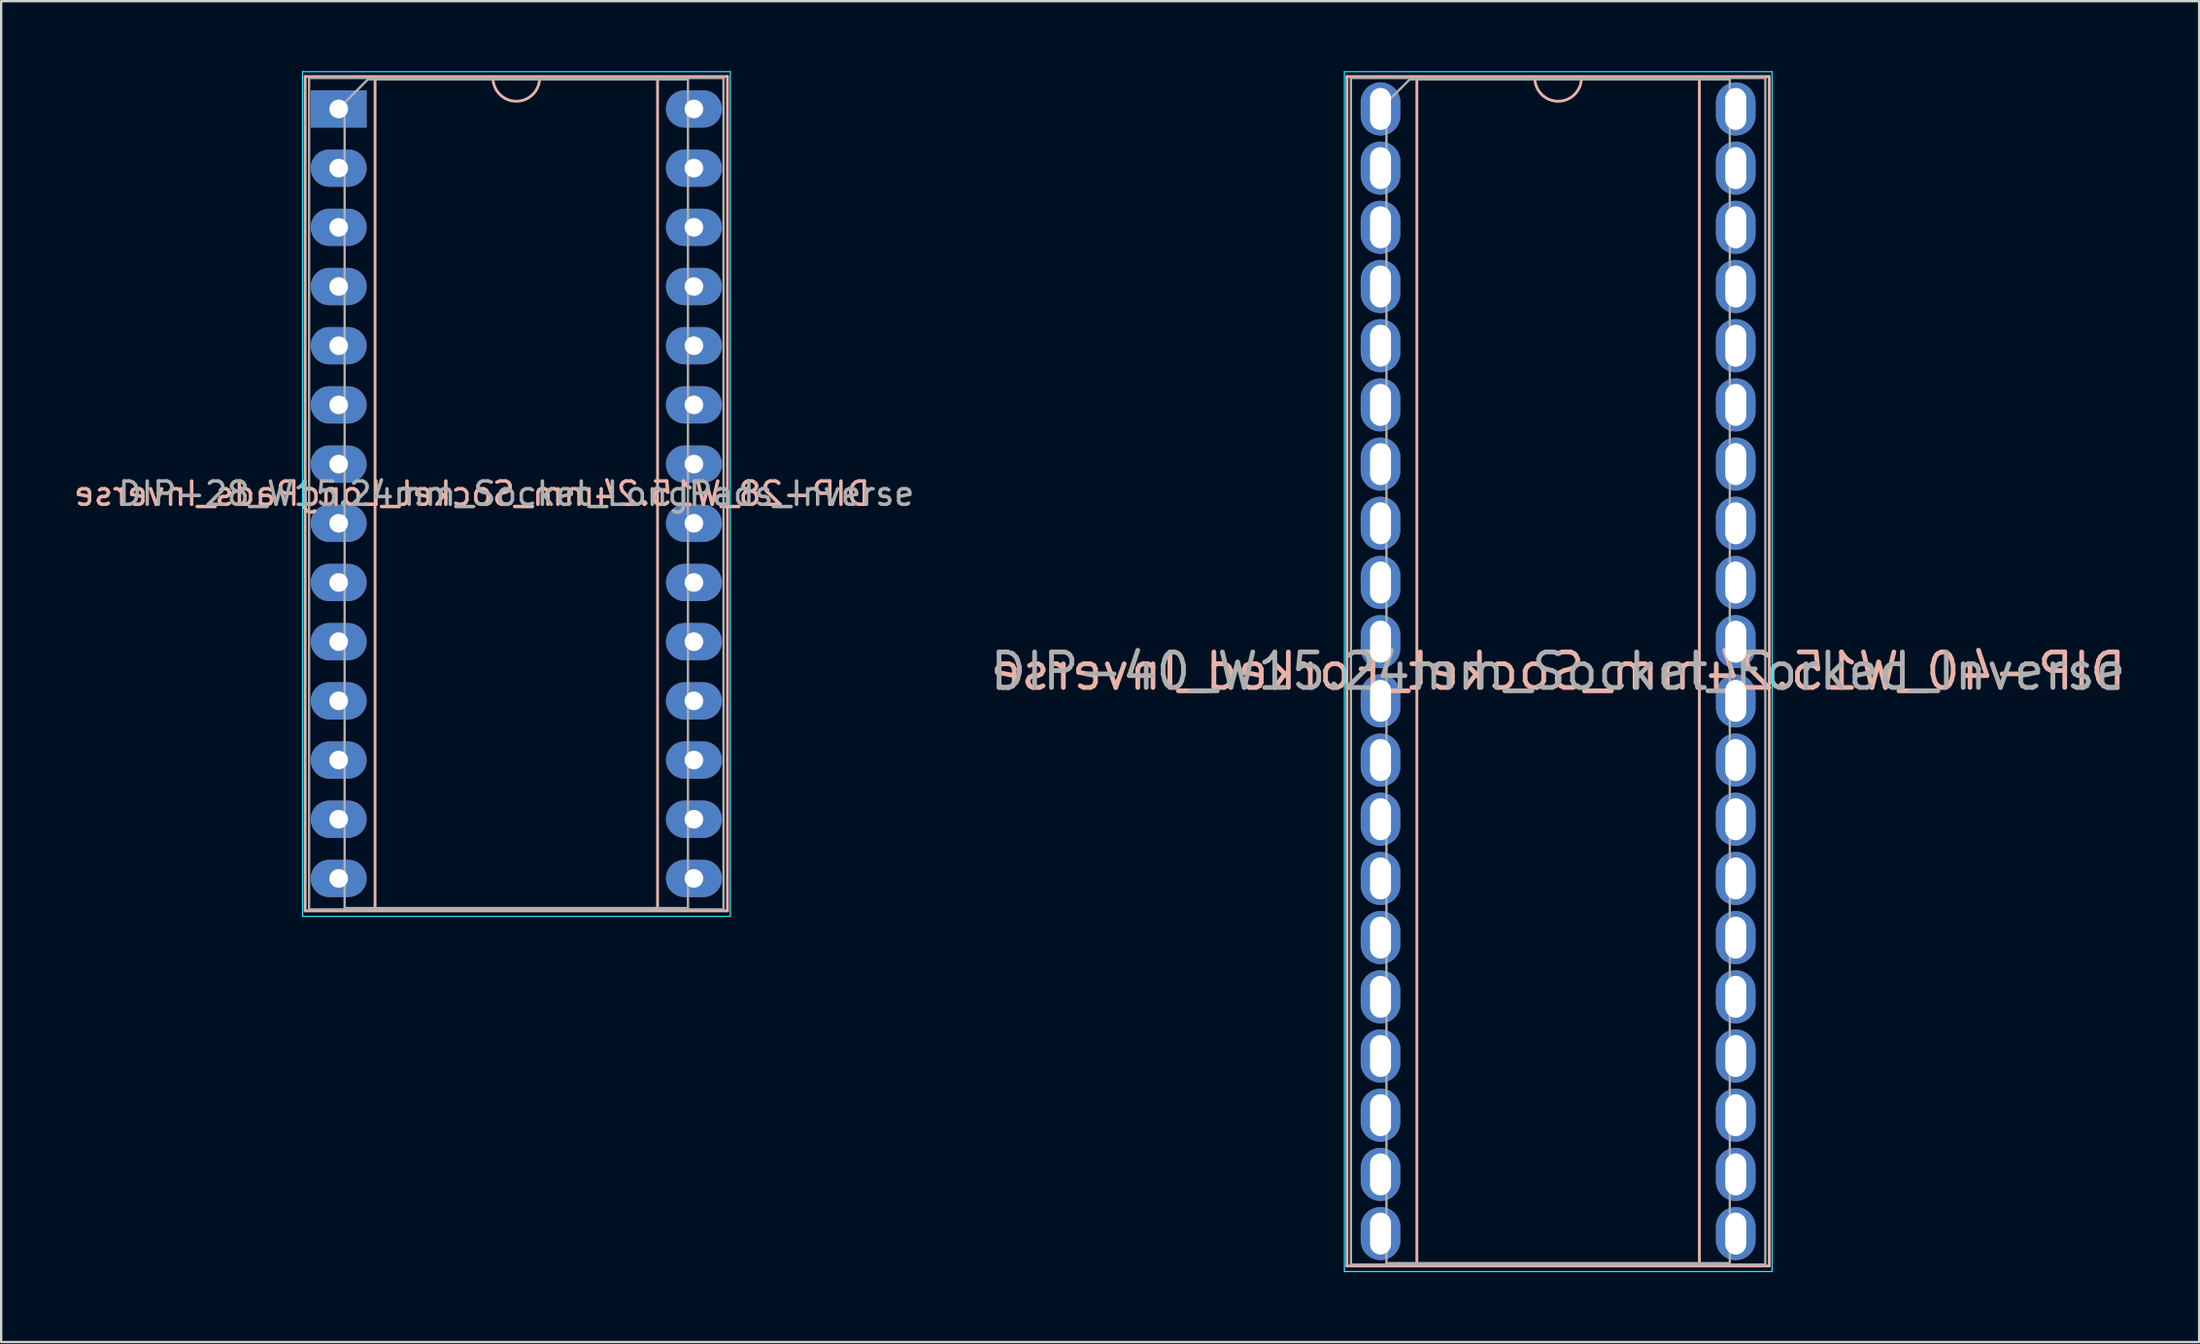
<source format=kicad_pcb>
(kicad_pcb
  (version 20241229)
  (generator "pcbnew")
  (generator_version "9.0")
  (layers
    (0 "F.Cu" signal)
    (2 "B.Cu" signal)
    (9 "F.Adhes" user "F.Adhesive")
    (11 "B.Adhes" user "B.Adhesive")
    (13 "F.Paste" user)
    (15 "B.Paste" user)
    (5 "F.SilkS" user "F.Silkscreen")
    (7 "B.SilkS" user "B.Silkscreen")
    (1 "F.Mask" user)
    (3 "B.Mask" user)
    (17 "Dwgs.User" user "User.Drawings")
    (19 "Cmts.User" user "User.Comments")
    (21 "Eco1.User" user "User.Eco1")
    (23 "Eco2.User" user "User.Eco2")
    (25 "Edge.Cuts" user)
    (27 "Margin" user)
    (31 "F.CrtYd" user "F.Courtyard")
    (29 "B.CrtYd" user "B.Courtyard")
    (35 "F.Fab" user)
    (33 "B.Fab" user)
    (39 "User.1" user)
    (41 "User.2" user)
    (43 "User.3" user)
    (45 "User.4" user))
  (footprint "DIP-28_W15.24mm_Socket_LongPads_Inverse"
    (layer "F.Cu")
    (at 11.481 1.625)
    (property "Reference" "DIP-28_W15.24mm_Socket_LongPads_Inverse" (at 5.715 16.51 0) (layer "B.SilkS") (effects (font (size 1 1) (thickness 0.15)) (justify mirror)))
    (attr through_hole)
    (fp_line (start -1.44 -1.39) (end -1.44 34.41) (stroke (width 0.12) (type solid)) (layer "B.SilkS"))
    (fp_line (start -1.44 34.41) (end 16.68 34.41) (stroke (width 0.12) (type solid)) (layer "B.SilkS"))
    (fp_line (start 1.56 -1.33) (end 1.56 34.35) (stroke (width 0.12) (type solid)) (layer "B.SilkS"))
    (fp_line (start 1.56 34.35) (end 13.68 34.35) (stroke (width 0.12) (type solid)) (layer "B.SilkS"))
    (fp_line (start 6.62 -1.33) (end 1.56 -1.33) (stroke (width 0.12) (type solid)) (layer "B.SilkS"))
    (fp_line (start 13.68 -1.33) (end 8.62 -1.33) (stroke (width 0.12) (type solid)) (layer "B.SilkS"))
    (fp_line (start 13.68 34.35) (end 13.68 -1.33) (stroke (width 0.12) (type solid)) (layer "B.SilkS"))
    (fp_line (start 16.68 -1.39) (end -1.44 -1.39) (stroke (width 0.12) (type solid)) (layer "B.SilkS"))
    (fp_line (start 16.68 34.41) (end 16.68 -1.39) (stroke (width 0.12) (type solid)) (layer "B.SilkS"))
    (fp_arc (start 8.62 -1.33) (mid 7.62 -0.33) (end 6.62 -1.33) (stroke (width 0.12) (type solid)) (layer "B.SilkS"))
    (fp_line (start -1.55 -1.6) (end -1.55 34.65) (stroke (width 0.05) (type solid)) (layer "B.CrtYd"))
    (fp_line (start -1.55 34.65) (end 16.8 34.65) (stroke (width 0.05) (type solid)) (layer "B.CrtYd"))
    (fp_line (start 16.8 -1.6) (end -1.55 -1.6) (stroke (width 0.05) (type solid)) (layer "B.CrtYd"))
    (fp_line (start 16.8 34.65) (end 16.8 -1.6) (stroke (width 0.05) (type solid)) (layer "B.CrtYd"))
    (fp_line (start -1.27 -1.33) (end -1.27 34.35) (stroke (width 0.1) (type solid)) (layer "F.Fab"))
    (fp_line (start -1.27 34.35) (end 16.51 34.35) (stroke (width 0.1) (type solid)) (layer "F.Fab"))
    (fp_line (start 0.255 -0.27) (end 1.255 -1.27) (stroke (width 0.1) (type solid)) (layer "F.Fab"))
    (fp_line (start 0.255 34.29) (end 0.255 -0.27) (stroke (width 0.1) (type solid)) (layer "F.Fab"))
    (fp_line (start 1.255 -1.27) (end 14.985 -1.27) (stroke (width 0.1) (type solid)) (layer "F.Fab"))
    (fp_line (start 14.985 -1.27) (end 14.985 34.29) (stroke (width 0.1) (type solid)) (layer "F.Fab"))
    (fp_line (start 14.985 34.29) (end 0.255 34.29) (stroke (width 0.1) (type solid)) (layer "F.Fab"))
    (fp_line (start 16.51 -1.33) (end -1.27 -1.33) (stroke (width 0.1) (type solid)) (layer "F.Fab"))
    (fp_line (start 16.51 34.35) (end 16.51 -1.33) (stroke (width 0.1) (type solid)) (layer "F.Fab"))
    (fp_text user "${REFERENCE}" (at 7.62 16.51 0) (layer "F.Fab") (effects (font (size 1 1) (thickness 0.15))))
    (pad "1" thru_hole rect (at 0 0) (size 2.4 1.6) (drill 0.8) (layers "*.Cu" "*.Mask"))
    (pad "2" thru_hole oval (at 0 2.54) (size 2.4 1.6) (drill 0.8) (layers "*.Cu" "*.Mask"))
    (pad "3" thru_hole oval (at 0 5.08) (size 2.4 1.6) (drill 0.8) (layers "*.Cu" "*.Mask"))
    (pad "4" thru_hole oval (at 0 7.62) (size 2.4 1.6) (drill 0.8) (layers "*.Cu" "*.Mask"))
    (pad "5" thru_hole oval (at 0 10.16) (size 2.4 1.6) (drill 0.8) (layers "*.Cu" "*.Mask"))
    (pad "6" thru_hole oval (at 0 12.7) (size 2.4 1.6) (drill 0.8) (layers "*.Cu" "*.Mask"))
    (pad "7" thru_hole oval (at 0 15.24) (size 2.4 1.6) (drill 0.8) (layers "*.Cu" "*.Mask"))
    (pad "8" thru_hole oval (at 0 17.78) (size 2.4 1.6) (drill 0.8) (layers "*.Cu" "*.Mask"))
    (pad "9" thru_hole oval (at 0 20.32) (size 2.4 1.6) (drill 0.8) (layers "*.Cu" "*.Mask"))
    (pad "10" thru_hole oval (at 0 22.86) (size 2.4 1.6) (drill 0.8) (layers "*.Cu" "*.Mask"))
    (pad "11" thru_hole oval (at 0 25.4) (size 2.4 1.6) (drill 0.8) (layers "*.Cu" "*.Mask"))
    (pad "12" thru_hole oval (at 0 27.94) (size 2.4 1.6) (drill 0.8) (layers "*.Cu" "*.Mask"))
    (pad "13" thru_hole oval (at 0 30.48) (size 2.4 1.6) (drill 0.8) (layers "*.Cu" "*.Mask"))
    (pad "14" thru_hole oval (at 0 33.02) (size 2.4 1.6) (drill 0.8) (layers "*.Cu" "*.Mask"))
    (pad "15" thru_hole oval (at 15.24 33.02) (size 2.4 1.6) (drill 0.8) (layers "*.Cu" "*.Mask"))
    (pad "16" thru_hole oval (at 15.24 30.48) (size 2.4 1.6) (drill 0.8) (layers "*.Cu" "*.Mask"))
    (pad "17" thru_hole oval (at 15.24 27.94) (size 2.4 1.6) (drill 0.8) (layers "*.Cu" "*.Mask"))
    (pad "18" thru_hole oval (at 15.24 25.4) (size 2.4 1.6) (drill 0.8) (layers "*.Cu" "*.Mask"))
    (pad "19" thru_hole oval (at 15.24 22.86) (size 2.4 1.6) (drill 0.8) (layers "*.Cu" "*.Mask"))
    (pad "20" thru_hole oval (at 15.24 20.32) (size 2.4 1.6) (drill 0.8) (layers "*.Cu" "*.Mask"))
    (pad "21" thru_hole oval (at 15.24 17.78) (size 2.4 1.6) (drill 0.8) (layers "*.Cu" "*.Mask"))
    (pad "22" thru_hole oval (at 15.24 15.24) (size 2.4 1.6) (drill 0.8) (layers "*.Cu" "*.Mask"))
    (pad "23" thru_hole oval (at 15.24 12.7) (size 2.4 1.6) (drill 0.8) (layers "*.Cu" "*.Mask"))
    (pad "24" thru_hole oval (at 15.24 10.16) (size 2.4 1.6) (drill 0.8) (layers "*.Cu" "*.Mask"))
    (pad "25" thru_hole oval (at 15.24 7.62) (size 2.4 1.6) (drill 0.8) (layers "*.Cu" "*.Mask"))
    (pad "26" thru_hole oval (at 15.24 5.08) (size 2.4 1.6) (drill 0.8) (layers "*.Cu" "*.Mask"))
    (pad "27" thru_hole oval (at 15.24 2.54) (size 2.4 1.6) (drill 0.8) (layers "*.Cu" "*.Mask"))
    (pad "28" thru_hole oval (at 15.24 0) (size 2.4 1.6) (drill 0.8) (layers "*.Cu" "*.Mask")))
  (footprint "DIP-40_W15.24mm_Socket_Forked_Inverse"
    (layer "F.Cu")
    (at 56.178 1.625)
    (property "Reference" "DIP-40_W15.24mm_Socket_Forked_Inverse" (at 7.62 24.13 0) (layer "B.SilkS") (effects (font (size 1.524 1.524) (thickness 0.203)) (justify mirror)))
    (attr through_hole)
    (fp_line (start -1.44 -1.39) (end -1.44 49.65) (stroke (width 0.12) (type solid)) (layer "B.SilkS"))
    (fp_line (start -1.44 49.65) (end 16.68 49.65) (stroke (width 0.12) (type solid)) (layer "B.SilkS"))
    (fp_line (start 1.56 -1.33) (end 1.56 49.59) (stroke (width 0.12) (type solid)) (layer "B.SilkS"))
    (fp_line (start 1.56 49.59) (end 13.68 49.59) (stroke (width 0.12) (type solid)) (layer "B.SilkS"))
    (fp_line (start 6.62 -1.33) (end 1.56 -1.33) (stroke (width 0.12) (type solid)) (layer "B.SilkS"))
    (fp_line (start 13.68 -1.33) (end 8.62 -1.33) (stroke (width 0.12) (type solid)) (layer "B.SilkS"))
    (fp_line (start 13.68 49.59) (end 13.68 -1.33) (stroke (width 0.12) (type solid)) (layer "B.SilkS"))
    (fp_line (start 16.68 -1.39) (end -1.44 -1.39) (stroke (width 0.12) (type solid)) (layer "B.SilkS"))
    (fp_line (start 16.68 49.65) (end 16.68 -1.39) (stroke (width 0.12) (type solid)) (layer "B.SilkS"))
    (fp_arc (start 8.62 -1.33) (mid 7.62 -0.33) (end 6.62 -1.33) (stroke (width 0.12) (type solid)) (layer "B.SilkS"))
    (fp_line (start -1.55 -1.6) (end -1.55 49.89) (stroke (width 0.05) (type solid)) (layer "B.CrtYd"))
    (fp_line (start -1.55 49.89) (end 16.8 49.89) (stroke (width 0.05) (type solid)) (layer "B.CrtYd"))
    (fp_line (start 16.8 -1.6) (end -1.55 -1.6) (stroke (width 0.05) (type solid)) (layer "B.CrtYd"))
    (fp_line (start 16.8 49.89) (end 16.8 -1.6) (stroke (width 0.05) (type solid)) (layer "B.CrtYd"))
    (fp_line (start -1.27 -1.33) (end -1.27 49.59) (stroke (width 0.1) (type solid)) (layer "F.Fab"))
    (fp_line (start -1.27 49.59) (end 16.51 49.59) (stroke (width 0.1) (type solid)) (layer "F.Fab"))
    (fp_line (start 0.255 -0.27) (end 1.255 -1.27) (stroke (width 0.1) (type solid)) (layer "F.Fab"))
    (fp_line (start 0.255 49.53) (end 0.255 -0.27) (stroke (width 0.1) (type solid)) (layer "F.Fab"))
    (fp_line (start 1.255 -1.27) (end 14.985 -1.27) (stroke (width 0.1) (type solid)) (layer "F.Fab"))
    (fp_line (start 14.985 -1.27) (end 14.985 49.53) (stroke (width 0.1) (type solid)) (layer "F.Fab"))
    (fp_line (start 14.985 49.53) (end 0.255 49.53) (stroke (width 0.1) (type solid)) (layer "F.Fab"))
    (fp_line (start 16.51 -1.33) (end -1.27 -1.33) (stroke (width 0.1) (type solid)) (layer "F.Fab"))
    (fp_line (start 16.51 49.59) (end 16.51 -1.33) (stroke (width 0.1) (type solid)) (layer "F.Fab"))
    (fp_text user "${REFERENCE}" (at 7.62 24.13 0) (layer "F.Fab") (effects (font (size 1.524 1.524) (thickness 0.203))))
    (pad "1" thru_hole oval (at 0 0) (size 1.7 2.28) (drill oval 0.9 1.8) (layers "*.Cu" "*.Mask"))
    (pad "2" thru_hole oval (at 0 2.54) (size 1.7 2.28) (drill oval 0.9 1.8) (layers "*.Cu" "*.Mask"))
    (pad "3" thru_hole oval (at 0 5.08) (size 1.7 2.28) (drill oval 0.9 1.8) (layers "*.Cu" "*.Mask"))
    (pad "4" thru_hole oval (at 0 7.62) (size 1.7 2.28) (drill oval 0.9 1.8) (layers "*.Cu" "*.Mask"))
    (pad "5" thru_hole oval (at 0 10.16) (size 1.7 2.28) (drill oval 0.9 1.8) (layers "*.Cu" "*.Mask"))
    (pad "6" thru_hole oval (at 0 12.7) (size 1.7 2.28) (drill oval 0.9 1.8) (layers "*.Cu" "*.Mask"))
    (pad "7" thru_hole oval (at 0 15.24) (size 1.7 2.28) (drill oval 0.9 1.8) (layers "*.Cu" "*.Mask"))
    (pad "8" thru_hole oval (at 0 17.78) (size 1.7 2.28) (drill oval 0.9 1.8) (layers "*.Cu" "*.Mask"))
    (pad "9" thru_hole oval (at 0 20.32) (size 1.7 2.28) (drill oval 0.9 1.8) (layers "*.Cu" "*.Mask"))
    (pad "10" thru_hole oval (at 0 22.86) (size 1.7 2.28) (drill oval 0.9 1.8) (layers "*.Cu" "*.Mask"))
    (pad "11" thru_hole oval (at 0 25.4) (size 1.7 2.28) (drill oval 0.9 1.8) (layers "*.Cu" "*.Mask"))
    (pad "12" thru_hole oval (at 0 27.94) (size 1.7 2.28) (drill oval 0.9 1.8) (layers "*.Cu" "*.Mask"))
    (pad "13" thru_hole oval (at 0 30.48) (size 1.7 2.28) (drill oval 0.9 1.8) (layers "*.Cu" "*.Mask"))
    (pad "14" thru_hole oval (at 0 33.02) (size 1.7 2.28) (drill oval 0.9 1.8) (layers "*.Cu" "*.Mask"))
    (pad "15" thru_hole oval (at 0 35.56) (size 1.7 2.28) (drill oval 0.9 1.8) (layers "*.Cu" "*.Mask"))
    (pad "16" thru_hole oval (at 0 38.1) (size 1.7 2.28) (drill oval 0.9 1.8) (layers "*.Cu" "*.Mask"))
    (pad "17" thru_hole oval (at 0 40.64) (size 1.7 2.28) (drill oval 0.9 1.8) (layers "*.Cu" "*.Mask"))
    (pad "18" thru_hole oval (at 0 43.18) (size 1.7 2.28) (drill oval 0.9 1.8) (layers "*.Cu" "*.Mask"))
    (pad "19" thru_hole oval (at 0 45.72) (size 1.7 2.28) (drill oval 0.9 1.8) (layers "*.Cu" "*.Mask"))
    (pad "20" thru_hole oval (at 0 48.26) (size 1.7 2.28) (drill oval 0.9 1.8) (layers "*.Cu" "*.Mask"))
    (pad "21" thru_hole oval (at 15.24 48.26) (size 1.7 2.28) (drill oval 0.9 1.8) (layers "*.Cu" "*.Mask"))
    (pad "22" thru_hole oval (at 15.24 45.72) (size 1.7 2.28) (drill oval 0.9 1.8) (layers "*.Cu" "*.Mask"))
    (pad "23" thru_hole oval (at 15.24 43.18) (size 1.7 2.28) (drill oval 0.9 1.8) (layers "*.Cu" "*.Mask"))
    (pad "24" thru_hole oval (at 15.24 40.64) (size 1.7 2.28) (drill oval 0.9 1.8) (layers "*.Cu" "*.Mask"))
    (pad "25" thru_hole oval (at 15.24 38.1) (size 1.7 2.28) (drill oval 0.9 1.8) (layers "*.Cu" "*.Mask"))
    (pad "26" thru_hole oval (at 15.24 35.56) (size 1.7 2.28) (drill oval 0.9 1.8) (layers "*.Cu" "*.Mask"))
    (pad "27" thru_hole oval (at 15.24 33.02) (size 1.7 2.28) (drill oval 0.9 1.8) (layers "*.Cu" "*.Mask"))
    (pad "28" thru_hole oval (at 15.24 30.48) (size 1.7 2.28) (drill oval 0.9 1.8) (layers "*.Cu" "*.Mask"))
    (pad "29" thru_hole oval (at 15.24 27.94) (size 1.7 2.28) (drill oval 0.9 1.8) (layers "*.Cu" "*.Mask"))
    (pad "30" thru_hole oval (at 15.24 25.4) (size 1.7 2.28) (drill oval 0.9 1.8) (layers "*.Cu" "*.Mask"))
    (pad "31" thru_hole oval (at 15.24 22.86) (size 1.7 2.28) (drill oval 0.9 1.8) (layers "*.Cu" "*.Mask"))
    (pad "32" thru_hole oval (at 15.24 20.32) (size 1.7 2.28) (drill oval 0.9 1.8) (layers "*.Cu" "*.Mask"))
    (pad "33" thru_hole oval (at 15.24 17.78) (size 1.7 2.28) (drill oval 0.9 1.8) (layers "*.Cu" "*.Mask"))
    (pad "34" thru_hole oval (at 15.24 15.24) (size 1.7 2.28) (drill oval 0.9 1.8) (layers "*.Cu" "*.Mask"))
    (pad "35" thru_hole oval (at 15.24 12.7) (size 1.7 2.28) (drill oval 0.9 1.8) (layers "*.Cu" "*.Mask"))
    (pad "36" thru_hole oval (at 15.24 10.16) (size 1.7 2.28) (drill oval 0.9 1.8) (layers "*.Cu" "*.Mask"))
    (pad "37" thru_hole oval (at 15.24 7.62) (size 1.7 2.28) (drill oval 0.9 1.8) (layers "*.Cu" "*.Mask"))
    (pad "38" thru_hole oval (at 15.24 5.08) (size 1.7 2.28) (drill oval 0.9 1.8) (layers "*.Cu" "*.Mask"))
    (pad "39" thru_hole oval (at 15.24 2.54) (size 1.7 2.28) (drill oval 0.9 1.8) (layers "*.Cu" "*.Mask"))
    (pad "40" thru_hole oval (at 15.24 0) (size 1.7 2.28) (drill oval 0.9 1.8) (layers "*.Cu" "*.Mask")))
  (gr_rect
    (start -3 -3)
    (end 91.298 54.54)
    (stroke (width 0.1) (type default))
    (fill no)
    (layer "Edge.Cuts")))
</source>
